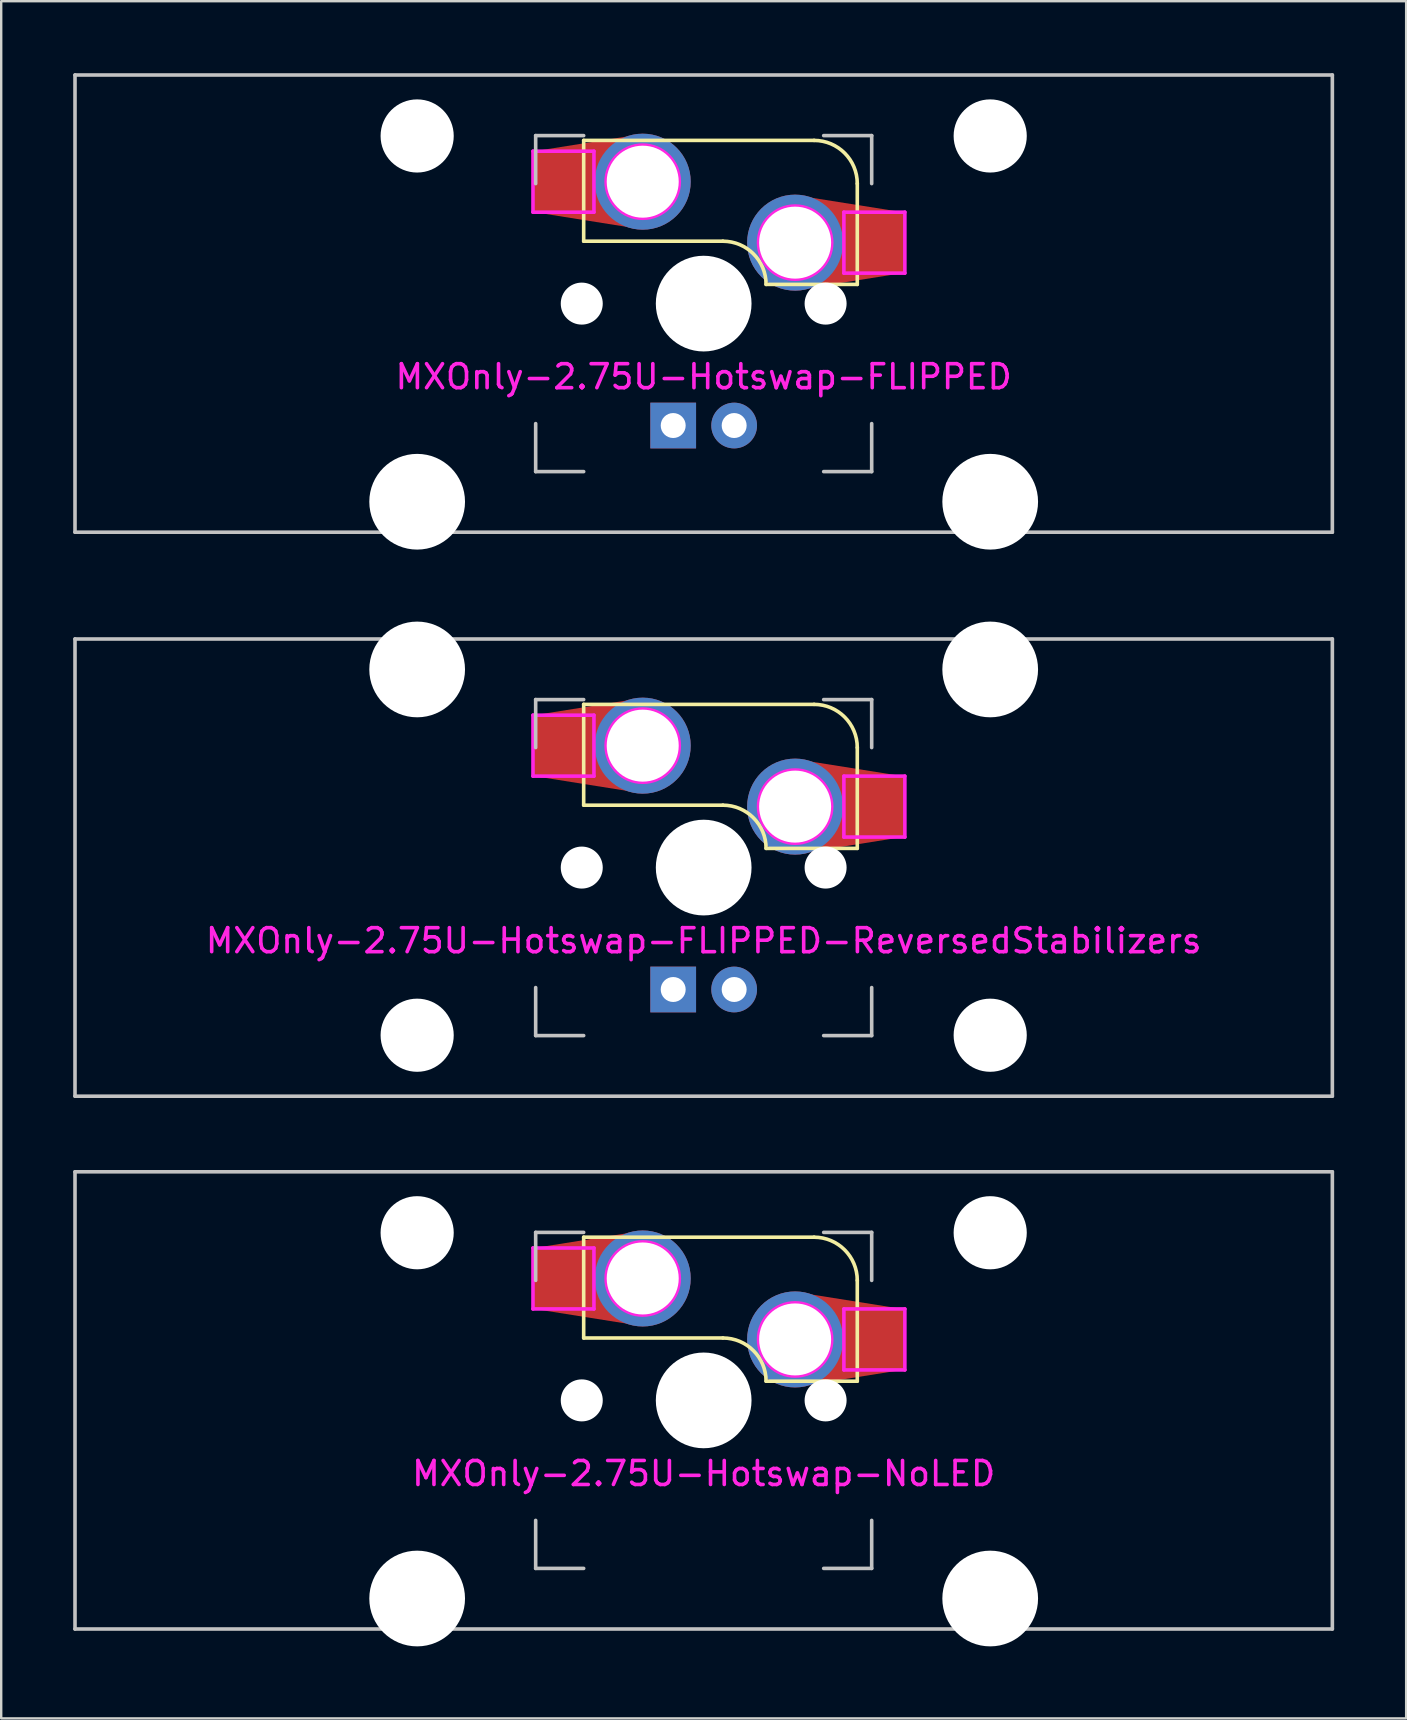
<source format=kicad_pcb>
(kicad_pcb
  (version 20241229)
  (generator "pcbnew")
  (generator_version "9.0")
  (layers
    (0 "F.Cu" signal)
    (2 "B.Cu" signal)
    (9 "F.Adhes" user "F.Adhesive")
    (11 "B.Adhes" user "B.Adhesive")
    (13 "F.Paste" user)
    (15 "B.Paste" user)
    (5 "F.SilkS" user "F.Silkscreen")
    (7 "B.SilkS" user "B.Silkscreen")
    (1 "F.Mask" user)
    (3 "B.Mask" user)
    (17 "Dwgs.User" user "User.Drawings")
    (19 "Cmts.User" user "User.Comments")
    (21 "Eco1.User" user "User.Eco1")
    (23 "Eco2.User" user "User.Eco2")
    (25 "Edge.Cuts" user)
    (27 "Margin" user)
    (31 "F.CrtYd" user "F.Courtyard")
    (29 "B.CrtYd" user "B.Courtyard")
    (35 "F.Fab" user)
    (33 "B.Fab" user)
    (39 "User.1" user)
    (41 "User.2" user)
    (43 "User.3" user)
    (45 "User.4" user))
  (footprint "MXOnly-2.75U-Hotswap-FLIPPED"
    (layer "F.Cu")
    (at 26.269 9.6)
    (property "Reference" "MXOnly-2.75U-Hotswap-FLIPPED" (at 0 3.048 180) (layer "F.CrtYd") (effects (font (size 1 1) (thickness 0.15))))
    (attr smd)
    (fp_line (start -5 -6.8) (end 4.6 -6.8) (stroke (width 0.15) (type solid)) (layer "F.SilkS"))
    (fp_line (start -5 -2.6) (end -5 -6.8) (stroke (width 0.15) (type solid)) (layer "F.SilkS"))
    (fp_line (start 0.8 -2.6) (end -5 -2.6) (stroke (width 0.15) (type solid)) (layer "F.SilkS"))
    (fp_line (start 6.4 -5) (end 6.4 -0.8) (stroke (width 0.15) (type solid)) (layer "F.SilkS"))
    (fp_line (start 6.4 -0.8) (end 2.6 -0.8) (stroke (width 0.15) (type solid)) (layer "F.SilkS"))
    (fp_arc (start 0.8 -2.6) (mid 2.072792 -2.072792) (end 2.6 -0.8) (stroke (width 0.15) (type solid)) (layer "F.SilkS"))
    (fp_arc (start 4.6 -6.8) (mid 5.872792 -6.272792) (end 6.4 -5) (stroke (width 0.15) (type solid)) (layer "F.SilkS"))
    (fp_poly (pts (xy -5.08 -3.493) (xy -7.112 -3.81) (xy -7.112 -6.35) (xy -5.08 -6.668)) (stroke (width 0.1) (type solid)) (fill yes) (layer "F.Paste"))
    (fp_poly (pts (xy 6.477 -4.064) (xy 8.509 -3.747) (xy 8.509 -1.206) (xy 6.477 -0.889)) (stroke (width 0.1) (type solid)) (fill yes) (layer "F.Paste"))
    (fp_line (start -26.194 -9.525) (end 26.194 -9.525) (stroke (width 0.15) (type solid)) (layer "Dwgs.User"))
    (fp_line (start -26.194 9.525) (end -26.194 -9.525) (stroke (width 0.15) (type solid)) (layer "Dwgs.User"))
    (fp_line (start -7 -7) (end -7 -5) (stroke (width 0.15) (type solid)) (layer "Dwgs.User"))
    (fp_line (start -7 7) (end -7 5) (stroke (width 0.15) (type solid)) (layer "Dwgs.User"))
    (fp_line (start -5 -7) (end -7 -7) (stroke (width 0.15) (type solid)) (layer "Dwgs.User"))
    (fp_line (start -5 7) (end -7 7) (stroke (width 0.15) (type solid)) (layer "Dwgs.User"))
    (fp_line (start 5 -7) (end 7 -7) (stroke (width 0.15) (type solid)) (layer "Dwgs.User"))
    (fp_line (start 7 -7) (end 7 -5) (stroke (width 0.15) (type solid)) (layer "Dwgs.User"))
    (fp_line (start 7 5) (end 7 7) (stroke (width 0.15) (type solid)) (layer "Dwgs.User"))
    (fp_line (start 7 7) (end 5 7) (stroke (width 0.15) (type solid)) (layer "Dwgs.User"))
    (fp_line (start 26.194 -9.525) (end 26.194 9.525) (stroke (width 0.15) (type solid)) (layer "Dwgs.User"))
    (fp_line (start 26.194 9.525) (end -26.194 9.525) (stroke (width 0.15) (type solid)) (layer "Dwgs.User"))
    (fp_line (start -7.112 -6.35) (end -7.112 -3.81) (stroke (width 0.15) (type solid)) (layer "F.CrtYd"))
    (fp_line (start -7.112 -3.81) (end -4.572 -3.81) (stroke (width 0.15) (type solid)) (layer "F.CrtYd"))
    (fp_line (start -4.572 -6.35) (end -7.112 -6.35) (stroke (width 0.15) (type solid)) (layer "F.CrtYd"))
    (fp_line (start -4.572 -3.81) (end -4.572 -6.35) (stroke (width 0.15) (type solid)) (layer "F.CrtYd"))
    (fp_line (start 5.842 -3.81) (end 5.842 -1.27) (stroke (width 0.15) (type solid)) (layer "F.CrtYd"))
    (fp_line (start 5.842 -1.27) (end 8.382 -1.27) (stroke (width 0.15) (type solid)) (layer "F.CrtYd"))
    (fp_line (start 8.382 -3.81) (end 5.842 -3.81) (stroke (width 0.15) (type solid)) (layer "F.CrtYd"))
    (fp_line (start 8.382 -1.27) (end 8.382 -3.81) (stroke (width 0.15) (type solid)) (layer "F.CrtYd"))
    (fp_circle (center -2.54 -5.08) (end -2.54 -6.604) (stroke (width 0.15) (type solid)) (fill no) (layer "F.CrtYd"))
    (fp_circle (center 3.81 -2.54) (end 3.81 -4.064) (stroke (width 0.15) (type solid)) (fill no) (layer "F.CrtYd"))
    (pad "" np_thru_hole circle (at -11.938 -6.985) (size 3.048 3.048) (drill 3.048) (layers "*.Cu" "*.Mask"))
    (pad "" np_thru_hole circle (at -11.938 8.255) (size 3.988 3.988) (drill 3.988) (layers "*.Cu" "*.Mask"))
    (pad "" np_thru_hole circle (at -5.08 0 131.9) (size 1.75 1.75) (drill 1.75) (layers "*.Cu" "*.Mask"))
    (pad "" np_thru_hole circle (at 0 0 180) (size 3.988 3.988) (drill 3.988) (layers "*.Cu" "*.Mask"))
    (pad "" np_thru_hole circle (at 5.08 0 131.9) (size 1.75 1.75) (drill 1.75) (layers "*.Cu" "*.Mask"))
    (pad "" np_thru_hole circle (at 11.938 -6.985) (size 3.048 3.048) (drill 3.048) (layers "*.Cu" "*.Mask"))
    (pad "" np_thru_hole circle (at 11.938 8.255) (size 3.988 3.988) (drill 3.988) (layers "*.Cu" "*.Mask"))
    (pad "1" thru_hole circle (at 3.81 -2.54 180) (size 4 4) (drill 3) (layers "*.Cu" "F.Mask"))
    (pad "1" smd custom (at 7.085 -2.54 180) (size 2.55 2.5) (layers "F.Cu" "F.Mask") (options (anchor rect)) (primitives (gr_poly (pts (xy -1.195 1.219) (xy 3.275 1.93) (xy 3.275 -1.93) (xy -1.195 -1.219)) (width 0.1) (fill yes))))
    (pad "2" smd custom (at -5.841 -5.08 180) (size 2.55 2.5) (layers "F.Cu" "F.Mask") (options (anchor rect)) (primitives (gr_poly (pts (xy 1.219 -1.219) (xy -3.251 -1.93) (xy -3.251 1.93) (xy 1.219 1.219)) (width 0.1) (fill yes))))
    (pad "2" thru_hole circle (at -2.54 -5.08 180) (size 4 4) (drill 3) (layers "*.Cu" "F.Mask"))
    (pad "3" thru_hole circle (at 1.27 5.08) (size 1.905 1.905) (drill 1.04) (layers "*.Cu" "F.Mask"))
    (pad "4" thru_hole rect (at -1.27 5.08) (size 1.905 1.905) (drill 1.04) (layers "*.Cu" "F.Mask")))
  (footprint "MXOnly-2.75U-Hotswap-NoLED"
    (layer "F.Cu")
    (at 26.269 55.298)
    (property "Reference" "MXOnly-2.75U-Hotswap-NoLED" (at 0 3.048 180) (layer "F.CrtYd") (effects (font (size 1 1) (thickness 0.15))))
    (attr smd)
    (fp_line (start -5 -6.8) (end 4.6 -6.8) (stroke (width 0.15) (type solid)) (layer "F.SilkS"))
    (fp_line (start -5 -2.6) (end -5 -6.8) (stroke (width 0.15) (type solid)) (layer "F.SilkS"))
    (fp_line (start 0.8 -2.6) (end -5 -2.6) (stroke (width 0.15) (type solid)) (layer "F.SilkS"))
    (fp_line (start 6.4 -5) (end 6.4 -0.8) (stroke (width 0.15) (type solid)) (layer "F.SilkS"))
    (fp_line (start 6.4 -0.8) (end 2.6 -0.8) (stroke (width 0.15) (type solid)) (layer "F.SilkS"))
    (fp_arc (start 0.8 -2.6) (mid 2.072792 -2.072792) (end 2.6 -0.8) (stroke (width 0.15) (type solid)) (layer "F.SilkS"))
    (fp_arc (start 4.6 -6.8) (mid 5.872792 -6.272792) (end 6.4 -5) (stroke (width 0.15) (type solid)) (layer "F.SilkS"))
    (fp_poly (pts (xy -5.08 -3.493) (xy -7.112 -3.81) (xy -7.112 -6.35) (xy -5.08 -6.668)) (stroke (width 0.1) (type solid)) (fill yes) (layer "F.Paste"))
    (fp_poly (pts (xy 6.477 -4.064) (xy 8.509 -3.747) (xy 8.509 -1.206) (xy 6.477 -0.889)) (stroke (width 0.1) (type solid)) (fill yes) (layer "F.Paste"))
    (fp_line (start -26.194 -9.525) (end 26.194 -9.525) (stroke (width 0.15) (type solid)) (layer "Dwgs.User"))
    (fp_line (start -26.194 9.525) (end -26.194 -9.525) (stroke (width 0.15) (type solid)) (layer "Dwgs.User"))
    (fp_line (start -7 -7) (end -7 -5) (stroke (width 0.15) (type solid)) (layer "Dwgs.User"))
    (fp_line (start -7 7) (end -7 5) (stroke (width 0.15) (type solid)) (layer "Dwgs.User"))
    (fp_line (start -5 -7) (end -7 -7) (stroke (width 0.15) (type solid)) (layer "Dwgs.User"))
    (fp_line (start -5 7) (end -7 7) (stroke (width 0.15) (type solid)) (layer "Dwgs.User"))
    (fp_line (start 5 -7) (end 7 -7) (stroke (width 0.15) (type solid)) (layer "Dwgs.User"))
    (fp_line (start 7 -7) (end 7 -5) (stroke (width 0.15) (type solid)) (layer "Dwgs.User"))
    (fp_line (start 7 5) (end 7 7) (stroke (width 0.15) (type solid)) (layer "Dwgs.User"))
    (fp_line (start 7 7) (end 5 7) (stroke (width 0.15) (type solid)) (layer "Dwgs.User"))
    (fp_line (start 26.194 -9.525) (end 26.194 9.525) (stroke (width 0.15) (type solid)) (layer "Dwgs.User"))
    (fp_line (start 26.194 9.525) (end -26.194 9.525) (stroke (width 0.15) (type solid)) (layer "Dwgs.User"))
    (fp_line (start -7.112 -6.35) (end -7.112 -3.81) (stroke (width 0.15) (type solid)) (layer "F.CrtYd"))
    (fp_line (start -7.112 -3.81) (end -4.572 -3.81) (stroke (width 0.15) (type solid)) (layer "F.CrtYd"))
    (fp_line (start -4.572 -6.35) (end -7.112 -6.35) (stroke (width 0.15) (type solid)) (layer "F.CrtYd"))
    (fp_line (start -4.572 -3.81) (end -4.572 -6.35) (stroke (width 0.15) (type solid)) (layer "F.CrtYd"))
    (fp_line (start 5.842 -3.81) (end 5.842 -1.27) (stroke (width 0.15) (type solid)) (layer "F.CrtYd"))
    (fp_line (start 5.842 -1.27) (end 8.382 -1.27) (stroke (width 0.15) (type solid)) (layer "F.CrtYd"))
    (fp_line (start 8.382 -3.81) (end 5.842 -3.81) (stroke (width 0.15) (type solid)) (layer "F.CrtYd"))
    (fp_line (start 8.382 -1.27) (end 8.382 -3.81) (stroke (width 0.15) (type solid)) (layer "F.CrtYd"))
    (fp_circle (center -2.54 -5.08) (end -2.54 -6.604) (stroke (width 0.15) (type solid)) (fill no) (layer "F.CrtYd"))
    (fp_circle (center 3.81 -2.54) (end 3.81 -4.064) (stroke (width 0.15) (type solid)) (fill no) (layer "F.CrtYd"))
    (pad "" np_thru_hole circle (at -11.938 -6.985) (size 3.048 3.048) (drill 3.048) (layers "*.Cu" "*.Mask"))
    (pad "" np_thru_hole circle (at -11.938 8.255) (size 3.988 3.988) (drill 3.988) (layers "*.Cu" "*.Mask"))
    (pad "" np_thru_hole circle (at -5.08 0 131.9) (size 1.75 1.75) (drill 1.75) (layers "*.Cu" "*.Mask"))
    (pad "" np_thru_hole circle (at 0 0 180) (size 3.988 3.988) (drill 3.988) (layers "*.Cu" "*.Mask"))
    (pad "" np_thru_hole circle (at 5.08 0 131.9) (size 1.75 1.75) (drill 1.75) (layers "*.Cu" "*.Mask"))
    (pad "" np_thru_hole circle (at 11.938 -6.985) (size 3.048 3.048) (drill 3.048) (layers "*.Cu" "*.Mask"))
    (pad "" np_thru_hole circle (at 11.938 8.255) (size 3.988 3.988) (drill 3.988) (layers "*.Cu" "*.Mask"))
    (pad "1" thru_hole circle (at 3.81 -2.54 180) (size 4 4) (drill 3) (layers "*.Cu" "F.Mask"))
    (pad "1" smd custom (at 7.085 -2.54 180) (size 2.55 2.5) (layers "F.Cu" "F.Mask") (options (anchor rect)) (primitives (gr_poly (pts (xy -1.195 1.219) (xy 3.275 1.93) (xy 3.275 -1.93) (xy -1.195 -1.219)) (width 0.1) (fill yes))))
    (pad "2" smd custom (at -5.841 -5.08 180) (size 2.55 2.5) (layers "F.Cu" "F.Mask") (options (anchor rect)) (primitives (gr_poly (pts (xy 1.219 -1.219) (xy -3.251 -1.93) (xy -3.251 1.93) (xy 1.219 1.219)) (width 0.1) (fill yes))))
    (pad "2" thru_hole circle (at -2.54 -5.08 180) (size 4 4) (drill 3) (layers "*.Cu" "F.Mask")))
  (footprint "MXOnly-2.75U-Hotswap-FLIPPED-ReversedStabilizers"
    (layer "F.Cu")
    (at 26.269 33.098)
    (property "Reference" "MXOnly-2.75U-Hotswap-FLIPPED-ReversedStabilizers" (at 0 3.048 180) (layer "F.CrtYd") (effects (font (size 1 1) (thickness 0.15))))
    (attr smd)
    (fp_line (start -5 -6.8) (end 4.6 -6.8) (stroke (width 0.15) (type solid)) (layer "F.SilkS"))
    (fp_line (start -5 -2.6) (end -5 -6.8) (stroke (width 0.15) (type solid)) (layer "F.SilkS"))
    (fp_line (start 0.8 -2.6) (end -5 -2.6) (stroke (width 0.15) (type solid)) (layer "F.SilkS"))
    (fp_line (start 6.4 -5) (end 6.4 -0.8) (stroke (width 0.15) (type solid)) (layer "F.SilkS"))
    (fp_line (start 6.4 -0.8) (end 2.6 -0.8) (stroke (width 0.15) (type solid)) (layer "F.SilkS"))
    (fp_arc (start 0.8 -2.6) (mid 2.072792 -2.072792) (end 2.6 -0.8) (stroke (width 0.15) (type solid)) (layer "F.SilkS"))
    (fp_arc (start 4.6 -6.8) (mid 5.872792 -6.272792) (end 6.4 -5) (stroke (width 0.15) (type solid)) (layer "F.SilkS"))
    (fp_poly (pts (xy -5.08 -3.493) (xy -7.112 -3.81) (xy -7.112 -6.35) (xy -5.08 -6.668)) (stroke (width 0.1) (type solid)) (fill yes) (layer "F.Paste"))
    (fp_poly (pts (xy 6.477 -4.064) (xy 8.509 -3.747) (xy 8.509 -1.206) (xy 6.477 -0.889)) (stroke (width 0.1) (type solid)) (fill yes) (layer "F.Paste"))
    (fp_line (start -26.194 -9.525) (end 26.194 -9.525) (stroke (width 0.15) (type solid)) (layer "Dwgs.User"))
    (fp_line (start -26.194 9.525) (end -26.194 -9.525) (stroke (width 0.15) (type solid)) (layer "Dwgs.User"))
    (fp_line (start -7 -7) (end -7 -5) (stroke (width 0.15) (type solid)) (layer "Dwgs.User"))
    (fp_line (start -7 7) (end -7 5) (stroke (width 0.15) (type solid)) (layer "Dwgs.User"))
    (fp_line (start -5 -7) (end -7 -7) (stroke (width 0.15) (type solid)) (layer "Dwgs.User"))
    (fp_line (start -5 7) (end -7 7) (stroke (width 0.15) (type solid)) (layer "Dwgs.User"))
    (fp_line (start 5 -7) (end 7 -7) (stroke (width 0.15) (type solid)) (layer "Dwgs.User"))
    (fp_line (start 7 -7) (end 7 -5) (stroke (width 0.15) (type solid)) (layer "Dwgs.User"))
    (fp_line (start 7 5) (end 7 7) (stroke (width 0.15) (type solid)) (layer "Dwgs.User"))
    (fp_line (start 7 7) (end 5 7) (stroke (width 0.15) (type solid)) (layer "Dwgs.User"))
    (fp_line (start 26.194 -9.525) (end 26.194 9.525) (stroke (width 0.15) (type solid)) (layer "Dwgs.User"))
    (fp_line (start 26.194 9.525) (end -26.194 9.525) (stroke (width 0.15) (type solid)) (layer "Dwgs.User"))
    (fp_line (start -7.112 -6.35) (end -7.112 -3.81) (stroke (width 0.15) (type solid)) (layer "F.CrtYd"))
    (fp_line (start -7.112 -3.81) (end -4.572 -3.81) (stroke (width 0.15) (type solid)) (layer "F.CrtYd"))
    (fp_line (start -4.572 -6.35) (end -7.112 -6.35) (stroke (width 0.15) (type solid)) (layer "F.CrtYd"))
    (fp_line (start -4.572 -3.81) (end -4.572 -6.35) (stroke (width 0.15) (type solid)) (layer "F.CrtYd"))
    (fp_line (start 5.842 -3.81) (end 5.842 -1.27) (stroke (width 0.15) (type solid)) (layer "F.CrtYd"))
    (fp_line (start 5.842 -1.27) (end 8.382 -1.27) (stroke (width 0.15) (type solid)) (layer "F.CrtYd"))
    (fp_line (start 8.382 -3.81) (end 5.842 -3.81) (stroke (width 0.15) (type solid)) (layer "F.CrtYd"))
    (fp_line (start 8.382 -1.27) (end 8.382 -3.81) (stroke (width 0.15) (type solid)) (layer "F.CrtYd"))
    (fp_circle (center -2.54 -5.08) (end -2.54 -6.604) (stroke (width 0.15) (type solid)) (fill no) (layer "F.CrtYd"))
    (fp_circle (center 3.81 -2.54) (end 3.81 -4.064) (stroke (width 0.15) (type solid)) (fill no) (layer "F.CrtYd"))
    (pad "" np_thru_hole circle (at -11.938 -8.255) (size 3.988 3.988) (drill 3.988) (layers "*.Cu" "*.Mask"))
    (pad "" np_thru_hole circle (at -11.938 6.985) (size 3.048 3.048) (drill 3.048) (layers "*.Cu" "*.Mask"))
    (pad "" np_thru_hole circle (at -5.08 0 131.9) (size 1.75 1.75) (drill 1.75) (layers "*.Cu" "*.Mask"))
    (pad "" np_thru_hole circle (at 0 0 180) (size 3.988 3.988) (drill 3.988) (layers "*.Cu" "*.Mask"))
    (pad "" np_thru_hole circle (at 5.08 0 131.9) (size 1.75 1.75) (drill 1.75) (layers "*.Cu" "*.Mask"))
    (pad "" np_thru_hole circle (at 11.938 -8.255) (size 3.988 3.988) (drill 3.988) (layers "*.Cu" "*.Mask"))
    (pad "" np_thru_hole circle (at 11.938 6.985) (size 3.048 3.048) (drill 3.048) (layers "*.Cu" "*.Mask"))
    (pad "1" thru_hole circle (at 3.81 -2.54 180) (size 4 4) (drill 3) (layers "*.Cu" "F.Mask"))
    (pad "1" smd custom (at 7.085 -2.54 180) (size 2.55 2.5) (layers "F.Cu" "F.Mask") (options (anchor rect)) (primitives (gr_poly (pts (xy -1.195 1.219) (xy 3.275 1.93) (xy 3.275 -1.93) (xy -1.195 -1.219)) (width 0.1) (fill yes))))
    (pad "2" smd custom (at -5.841 -5.08 180) (size 2.55 2.5) (layers "F.Cu" "F.Mask") (options (anchor rect)) (primitives (gr_poly (pts (xy 1.219 -1.219) (xy -3.251 -1.93) (xy -3.251 1.93) (xy 1.219 1.219)) (width 0.1) (fill yes))))
    (pad "2" thru_hole circle (at -2.54 -5.08 180) (size 4 4) (drill 3) (layers "*.Cu" "F.Mask"))
    (pad "3" thru_hole circle (at 1.27 5.08) (size 1.905 1.905) (drill 1.04) (layers "*.Cu" "B.Mask"))
    (pad "4" thru_hole rect (at -1.27 5.08) (size 1.905 1.905) (drill 1.04) (layers "*.Cu" "B.Mask")))
  (gr_rect
    (start -3 -3)
    (end 55.538 68.547)
    (stroke (width 0.1) (type default))
    (fill no)
    (layer "Edge.Cuts")))
</source>
